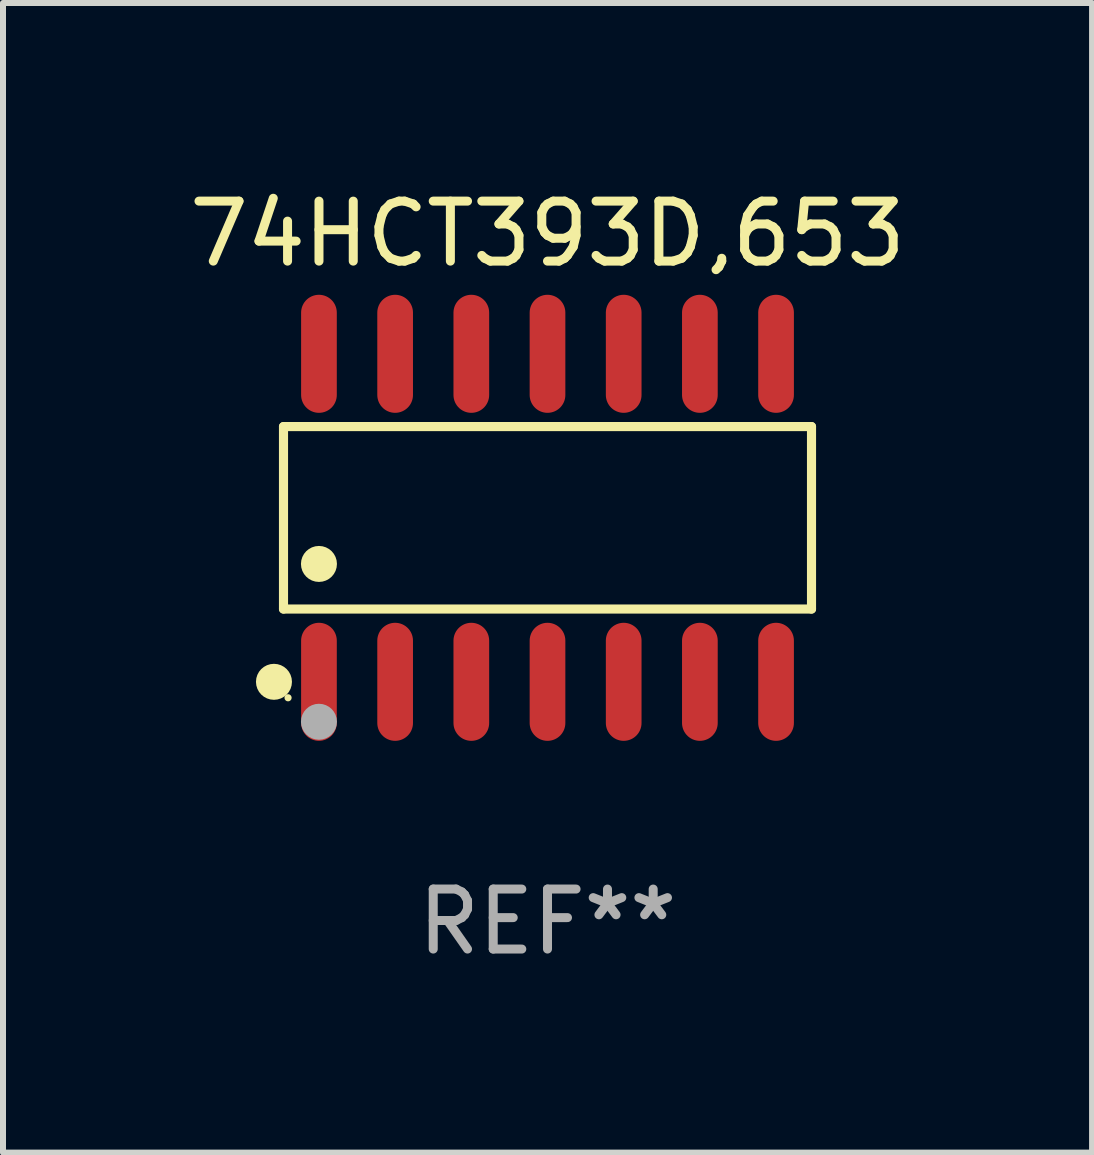
<source format=kicad_pcb>
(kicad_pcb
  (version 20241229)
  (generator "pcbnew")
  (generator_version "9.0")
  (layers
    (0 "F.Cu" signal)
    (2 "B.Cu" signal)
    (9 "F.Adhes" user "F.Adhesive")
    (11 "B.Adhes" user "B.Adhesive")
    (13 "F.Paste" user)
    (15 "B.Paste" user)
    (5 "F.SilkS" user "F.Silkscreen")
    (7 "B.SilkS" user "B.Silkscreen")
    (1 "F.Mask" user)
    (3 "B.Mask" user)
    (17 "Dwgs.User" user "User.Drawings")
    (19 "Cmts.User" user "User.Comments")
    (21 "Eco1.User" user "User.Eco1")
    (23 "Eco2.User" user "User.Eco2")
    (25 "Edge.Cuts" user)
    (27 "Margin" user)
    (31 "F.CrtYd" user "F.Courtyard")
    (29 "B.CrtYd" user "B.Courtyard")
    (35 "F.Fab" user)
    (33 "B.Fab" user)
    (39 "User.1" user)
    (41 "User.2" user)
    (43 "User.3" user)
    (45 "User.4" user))
  (footprint "74HCT393D,653"
    (layer "F.Cu")
    (at 6.077 5.582)
    (property "Reference" "74HCT393D,653" (at 0 -4.734 0) (layer "F.SilkS") (effects (font (size 1 1) (thickness 0.15))))
    (attr through_hole)
    (fp_line (start -4.401 -1.521) (end 4.401 -1.521) (stroke (width 0.152) (type solid)) (layer "F.SilkS"))
    (fp_line (start -4.401 1.521) (end -4.401 -1.521) (stroke (width 0.152) (type solid)) (layer "F.SilkS"))
    (fp_line (start 4.401 -1.521) (end 4.401 1.521) (stroke (width 0.152) (type solid)) (layer "F.SilkS"))
    (fp_line (start 4.401 1.521) (end -4.401 1.521) (stroke (width 0.152) (type solid)) (layer "F.SilkS"))
    (fp_circle (center -4.56 2.734) (end -4.41 2.734) (stroke (width 0.3) (type solid)) (fill no) (layer "F.SilkS"))
    (fp_circle (center -4.325 3) (end -4.295 3) (stroke (width 0.06) (type solid)) (fill no) (layer "F.SilkS"))
    (fp_circle (center -3.81 0.769) (end -3.66 0.769) (stroke (width 0.3) (type solid)) (fill no) (layer "F.SilkS"))
    (fp_circle (center -3.81 3.4) (end -3.66 3.4) (stroke (width 0.3) (type solid)) (fill no) (layer "F.Fab"))
    (fp_text user "REF**" (at 0 6.734 0) (layer "F.Fab") (effects (font (size 1 1) (thickness 0.15))))
    (pad "1" smd oval (at -3.81 2.734) (size 0.595 1.968) (layers "F.Cu" "F.Mask" "F.Paste"))
    (pad "2" smd oval (at -2.54 2.734) (size 0.595 1.968) (layers "F.Cu" "F.Mask" "F.Paste"))
    (pad "3" smd oval (at -1.27 2.734) (size 0.595 1.968) (layers "F.Cu" "F.Mask" "F.Paste"))
    (pad "4" smd oval (at 0 2.734) (size 0.595 1.968) (layers "F.Cu" "F.Mask" "F.Paste"))
    (pad "5" smd oval (at 1.27 2.734) (size 0.595 1.968) (layers "F.Cu" "F.Mask" "F.Paste"))
    (pad "6" smd oval (at 2.54 2.734) (size 0.595 1.968) (layers "F.Cu" "F.Mask" "F.Paste"))
    (pad "7" smd oval (at 3.81 2.734) (size 0.595 1.968) (layers "F.Cu" "F.Mask" "F.Paste"))
    (pad "8" smd oval (at 3.81 -2.734) (size 0.595 1.968) (layers "F.Cu" "F.Mask" "F.Paste"))
    (pad "9" smd oval (at 2.54 -2.734) (size 0.595 1.968) (layers "F.Cu" "F.Mask" "F.Paste"))
    (pad "10" smd oval (at 1.27 -2.734) (size 0.595 1.968) (layers "F.Cu" "F.Mask" "F.Paste"))
    (pad "11" smd oval (at 0 -2.734) (size 0.595 1.968) (layers "F.Cu" "F.Mask" "F.Paste"))
    (pad "12" smd oval (at -1.27 -2.734) (size 0.595 1.968) (layers "F.Cu" "F.Mask" "F.Paste"))
    (pad "13" smd oval (at -2.54 -2.734) (size 0.595 1.968) (layers "F.Cu" "F.Mask" "F.Paste"))
    (pad "14" smd oval (at -3.81 -2.734) (size 0.595 1.968) (layers "F.Cu" "F.Mask" "F.Paste")))
  (gr_rect
    (start -3 -3)
    (end 15.155 16.164)
    (stroke (width 0.1) (type default))
    (fill no)
    (layer "Edge.Cuts")))
</source>
